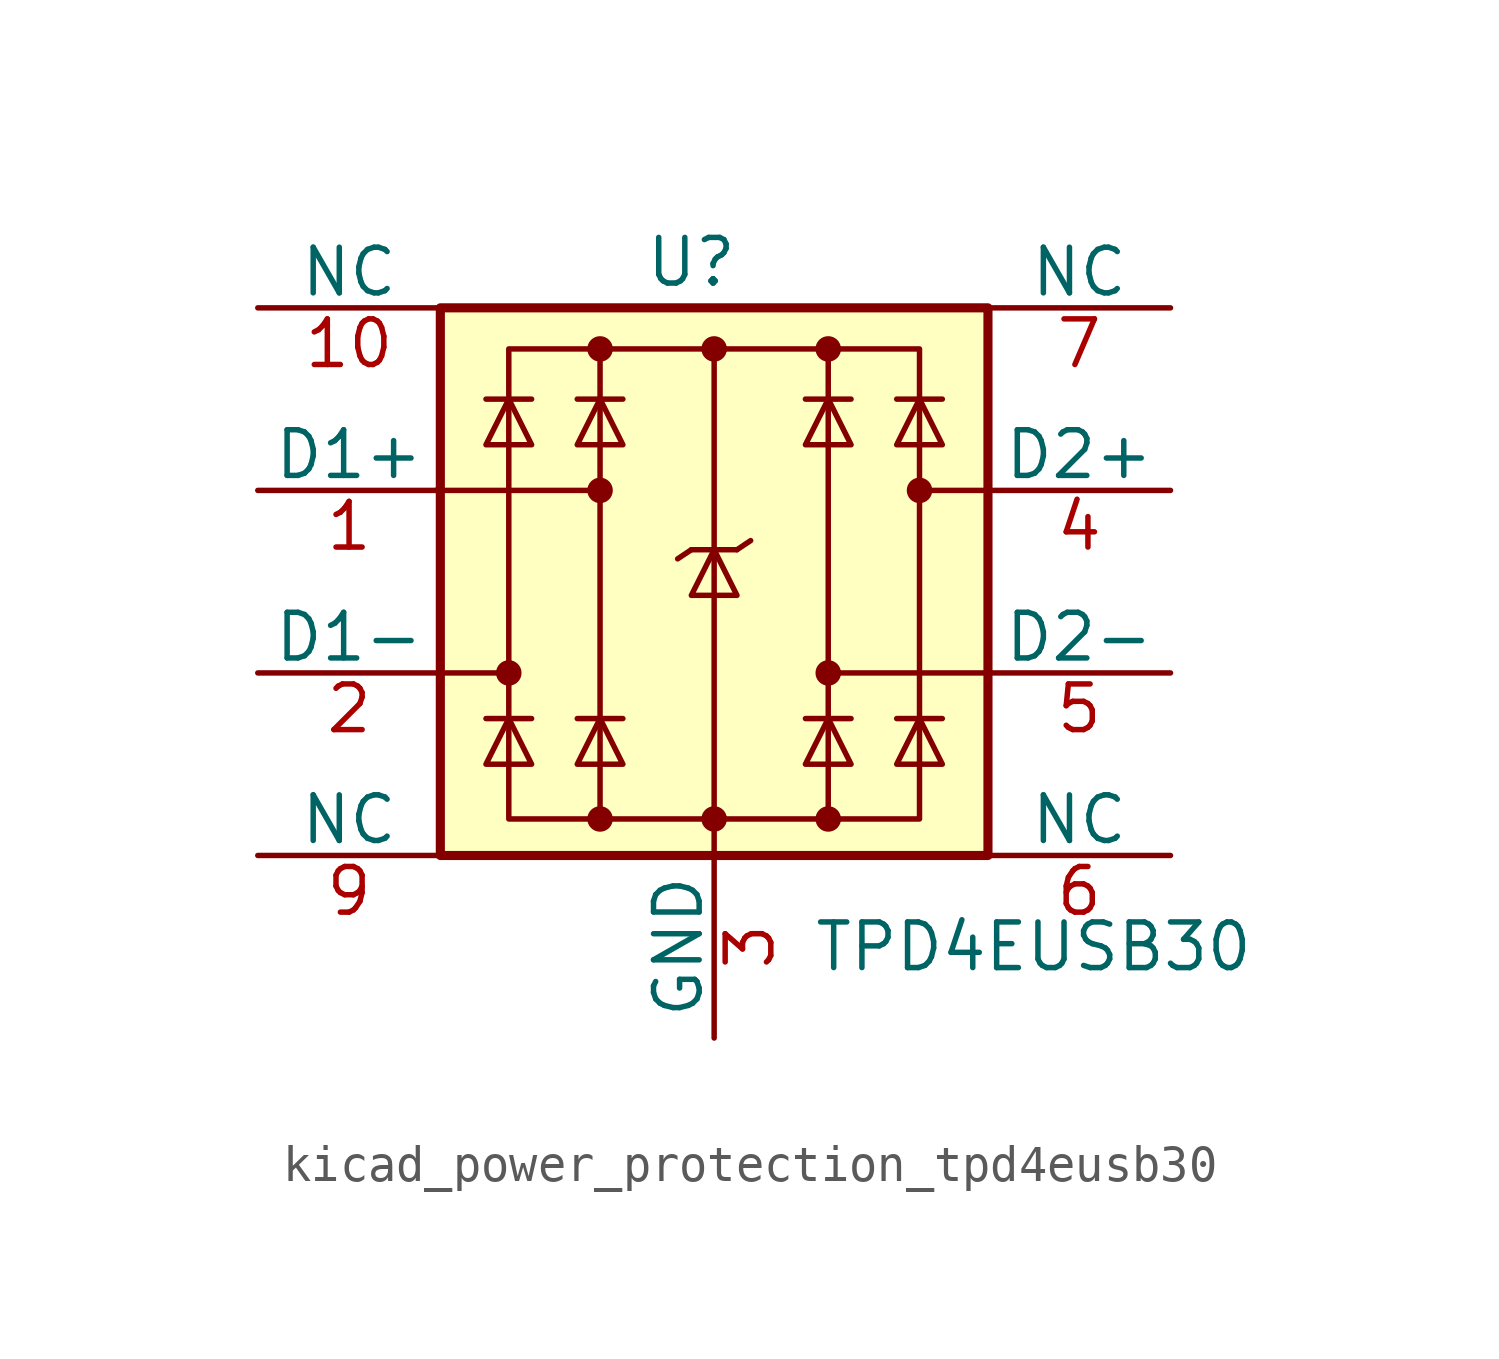
<source format=kicad_sym>
(kicad_symbol_lib
  (version 20220914)
  (generator kicad_symbol_editor)
  (symbol "kicad_power_protection_tpd4eusb30"
    (pin_names
      (offset 0))
    (property "Reference" "U"
      (at -0.635 8.89 0)
      (effects (font (size 1.27 1.27))))
    (property "Value" "TPD4EUSB30"
      (at 8.89 -10.16 0)
      (effects (font (size 1.27 1.27))))
    (symbol "kicad_power_protection_tpd4eusb30_0_0"
      (rectangle (start -5.715 6.477) (end 5.715 -6.604) (stroke (width 0) (type default)) (fill (type none)))
      (polyline (pts (xy -3.175 -6.604) (xy -3.175 6.477)) (stroke (width 0) (type default)) (fill (type none)))
      (polyline (pts (xy 0 6.477) (xy 0 -6.604)) (stroke (width 0) (type default)) (fill (type none)))
      (polyline (pts (xy 3.175 6.477) (xy 3.175 -6.604)) (stroke (width 0) (type default)) (fill (type none))))
    (symbol "kicad_power_protection_tpd4eusb30_0_1"
      (rectangle (start -7.62 7.62) (end 7.62 -7.62) (stroke (width 0.254) (type default)) (fill (type background)))
      (circle (center -5.715 -2.54) (radius 0.279) (stroke (width 0) (type default)) (fill (type outline)))
      (circle (center -3.175 -6.604) (radius 0.279) (stroke (width 0) (type default)) (fill (type outline)))
      (circle (center -3.175 2.54) (radius 0.279) (stroke (width 0) (type default)) (fill (type outline)))
      (circle (center -3.175 6.477) (radius 0.279) (stroke (width 0) (type default)) (fill (type outline)))
      (circle (center 0 -6.604) (radius 0.279) (stroke (width 0) (type default)) (fill (type outline)))
      (polyline (pts (xy -7.747 2.54) (xy -3.175 2.54)) (stroke (width 0) (type default)) (fill (type none)))
      (polyline (pts (xy -7.62 -2.54) (xy -5.715 -2.54)) (stroke (width 0) (type default)) (fill (type none)))
      (polyline (pts (xy -5.08 -3.81) (xy -6.35 -3.81)) (stroke (width 0) (type default)) (fill (type none)))
      (polyline (pts (xy -5.08 5.08) (xy -6.35 5.08)) (stroke (width 0) (type default)) (fill (type none)))
      (polyline (pts (xy -2.54 -3.81) (xy -3.81 -3.81)) (stroke (width 0) (type default)) (fill (type none)))
      (polyline (pts (xy -2.54 5.08) (xy -3.81 5.08)) (stroke (width 0) (type default)) (fill (type none)))
      (polyline (pts (xy -0.635 0.889) (xy -1.016 0.635)) (stroke (width 0) (type default)) (fill (type none)))
      (polyline (pts (xy 0 -6.604) (xy 0 -7.62)) (stroke (width 0) (type default)) (fill (type none)))
      (polyline (pts (xy 0.635 0.889) (xy -0.635 0.889)) (stroke (width 0) (type default)) (fill (type none)))
      (polyline (pts (xy 0.635 0.889) (xy 1.016 1.143)) (stroke (width 0) (type default)) (fill (type none)))
      (polyline (pts (xy 3.81 -3.81) (xy 2.54 -3.81)) (stroke (width 0) (type default)) (fill (type none)))
      (polyline (pts (xy 3.81 5.08) (xy 2.54 5.08)) (stroke (width 0) (type default)) (fill (type none)))
      (polyline (pts (xy 6.35 -3.81) (xy 5.08 -3.81)) (stroke (width 0) (type default)) (fill (type none)))
      (polyline (pts (xy 6.35 5.08) (xy 5.08 5.08)) (stroke (width 0) (type default)) (fill (type none)))
      (polyline (pts (xy 7.62 -2.54) (xy 3.175 -2.54)) (stroke (width 0) (type default)) (fill (type none)))
      (polyline (pts (xy 7.62 2.54) (xy 5.715 2.54)) (stroke (width 0) (type default)) (fill (type none)))
      (polyline (pts (xy -5.08 -5.08) (xy -6.35 -5.08) (xy -5.715 -3.81) (xy -5.08 -5.08)) (stroke (width 0) (type default)) (fill (type none)))
      (polyline (pts (xy -5.08 3.81) (xy -6.35 3.81) (xy -5.715 5.08) (xy -5.08 3.81)) (stroke (width 0) (type default)) (fill (type none)))
      (polyline (pts (xy -2.54 -5.08) (xy -3.81 -5.08) (xy -3.175 -3.81) (xy -2.54 -5.08)) (stroke (width 0) (type default)) (fill (type none)))
      (polyline (pts (xy -2.54 3.81) (xy -3.81 3.81) (xy -3.175 5.08) (xy -2.54 3.81)) (stroke (width 0) (type default)) (fill (type none)))
      (polyline (pts (xy 0.635 -0.381) (xy -0.635 -0.381) (xy 0 0.889) (xy 0.635 -0.381)) (stroke (width 0) (type default)) (fill (type none)))
      (polyline (pts (xy 3.81 -5.08) (xy 2.54 -5.08) (xy 3.175 -3.81) (xy 3.81 -5.08)) (stroke (width 0) (type default)) (fill (type none)))
      (polyline (pts (xy 3.81 3.81) (xy 2.54 3.81) (xy 3.175 5.08) (xy 3.81 3.81)) (stroke (width 0) (type default)) (fill (type none)))
      (polyline (pts (xy 6.35 -5.08) (xy 5.08 -5.08) (xy 5.715 -3.81) (xy 6.35 -5.08)) (stroke (width 0) (type default)) (fill (type none)))
      (polyline (pts (xy 6.35 3.81) (xy 5.08 3.81) (xy 5.715 5.08) (xy 6.35 3.81)) (stroke (width 0) (type default)) (fill (type none)))
      (circle (center 0 6.477) (radius 0.279) (stroke (width 0) (type default)) (fill (type outline)))
      (circle (center 3.175 -6.604) (radius 0.279) (stroke (width 0) (type default)) (fill (type outline)))
      (circle (center 3.175 -2.54) (radius 0.279) (stroke (width 0) (type default)) (fill (type outline)))
      (circle (center 3.175 6.477) (radius 0.279) (stroke (width 0) (type default)) (fill (type outline)))
      (circle (center 5.715 2.54) (radius 0.279) (stroke (width 0) (type default)) (fill (type outline))))
    (symbol "kicad_power_protection_tpd4eusb30_1_1"
      (pin passive line (at -12.7 2.54 0) (length 5.08) (name "D1+" (effects (font (size 1.27 1.27)))) (number "1" (effects (font (size 1.27 1.27)))))
      (pin free line (at -12.7 7.62 0) (length 5.08) (name "NC" (effects (font (size 1.27 1.27)))) (number "10" (effects (font (size 1.27 1.27)))))
      (pin passive line (at -12.7 -2.54 0) (length 5.08) (name "D1-" (effects (font (size 1.27 1.27)))) (number "2" (effects (font (size 1.27 1.27)))))
      (pin power_in line (at 0 -12.7 90) (length 5.08) (name "GND" (effects (font (size 1.27 1.27)))) (number "3" (effects (font (size 1.27 1.27)))))
      (pin passive line (at 12.7 2.54 180) (length 5.08) (name "D2+" (effects (font (size 1.27 1.27)))) (number "4" (effects (font (size 1.27 1.27)))))
      (pin passive line (at 12.7 -2.54 180) (length 5.08) (name "D2-" (effects (font (size 1.27 1.27)))) (number "5" (effects (font (size 1.27 1.27)))))
      (pin free line (at 12.7 -7.62 180) (length 5.08) (name "NC" (effects (font (size 1.27 1.27)))) (number "6" (effects (font (size 1.27 1.27)))))
      (pin free line (at 12.7 7.62 180) (length 5.08) (name "NC" (effects (font (size 1.27 1.27)))) (number "7" (effects (font (size 1.27 1.27)))))
      (pin passive line (at 0 -12.7 90) (length 5.08) hide (name "GND" (effects (font (size 1.27 1.27)))) (number "8" (effects (font (size 1.27 1.27)))))
      (pin free line (at -12.7 -7.62 0) (length 5.08) (name "NC" (effects (font (size 1.27 1.27)))) (number "9" (effects (font (size 1.27 1.27))))))))
</source>
